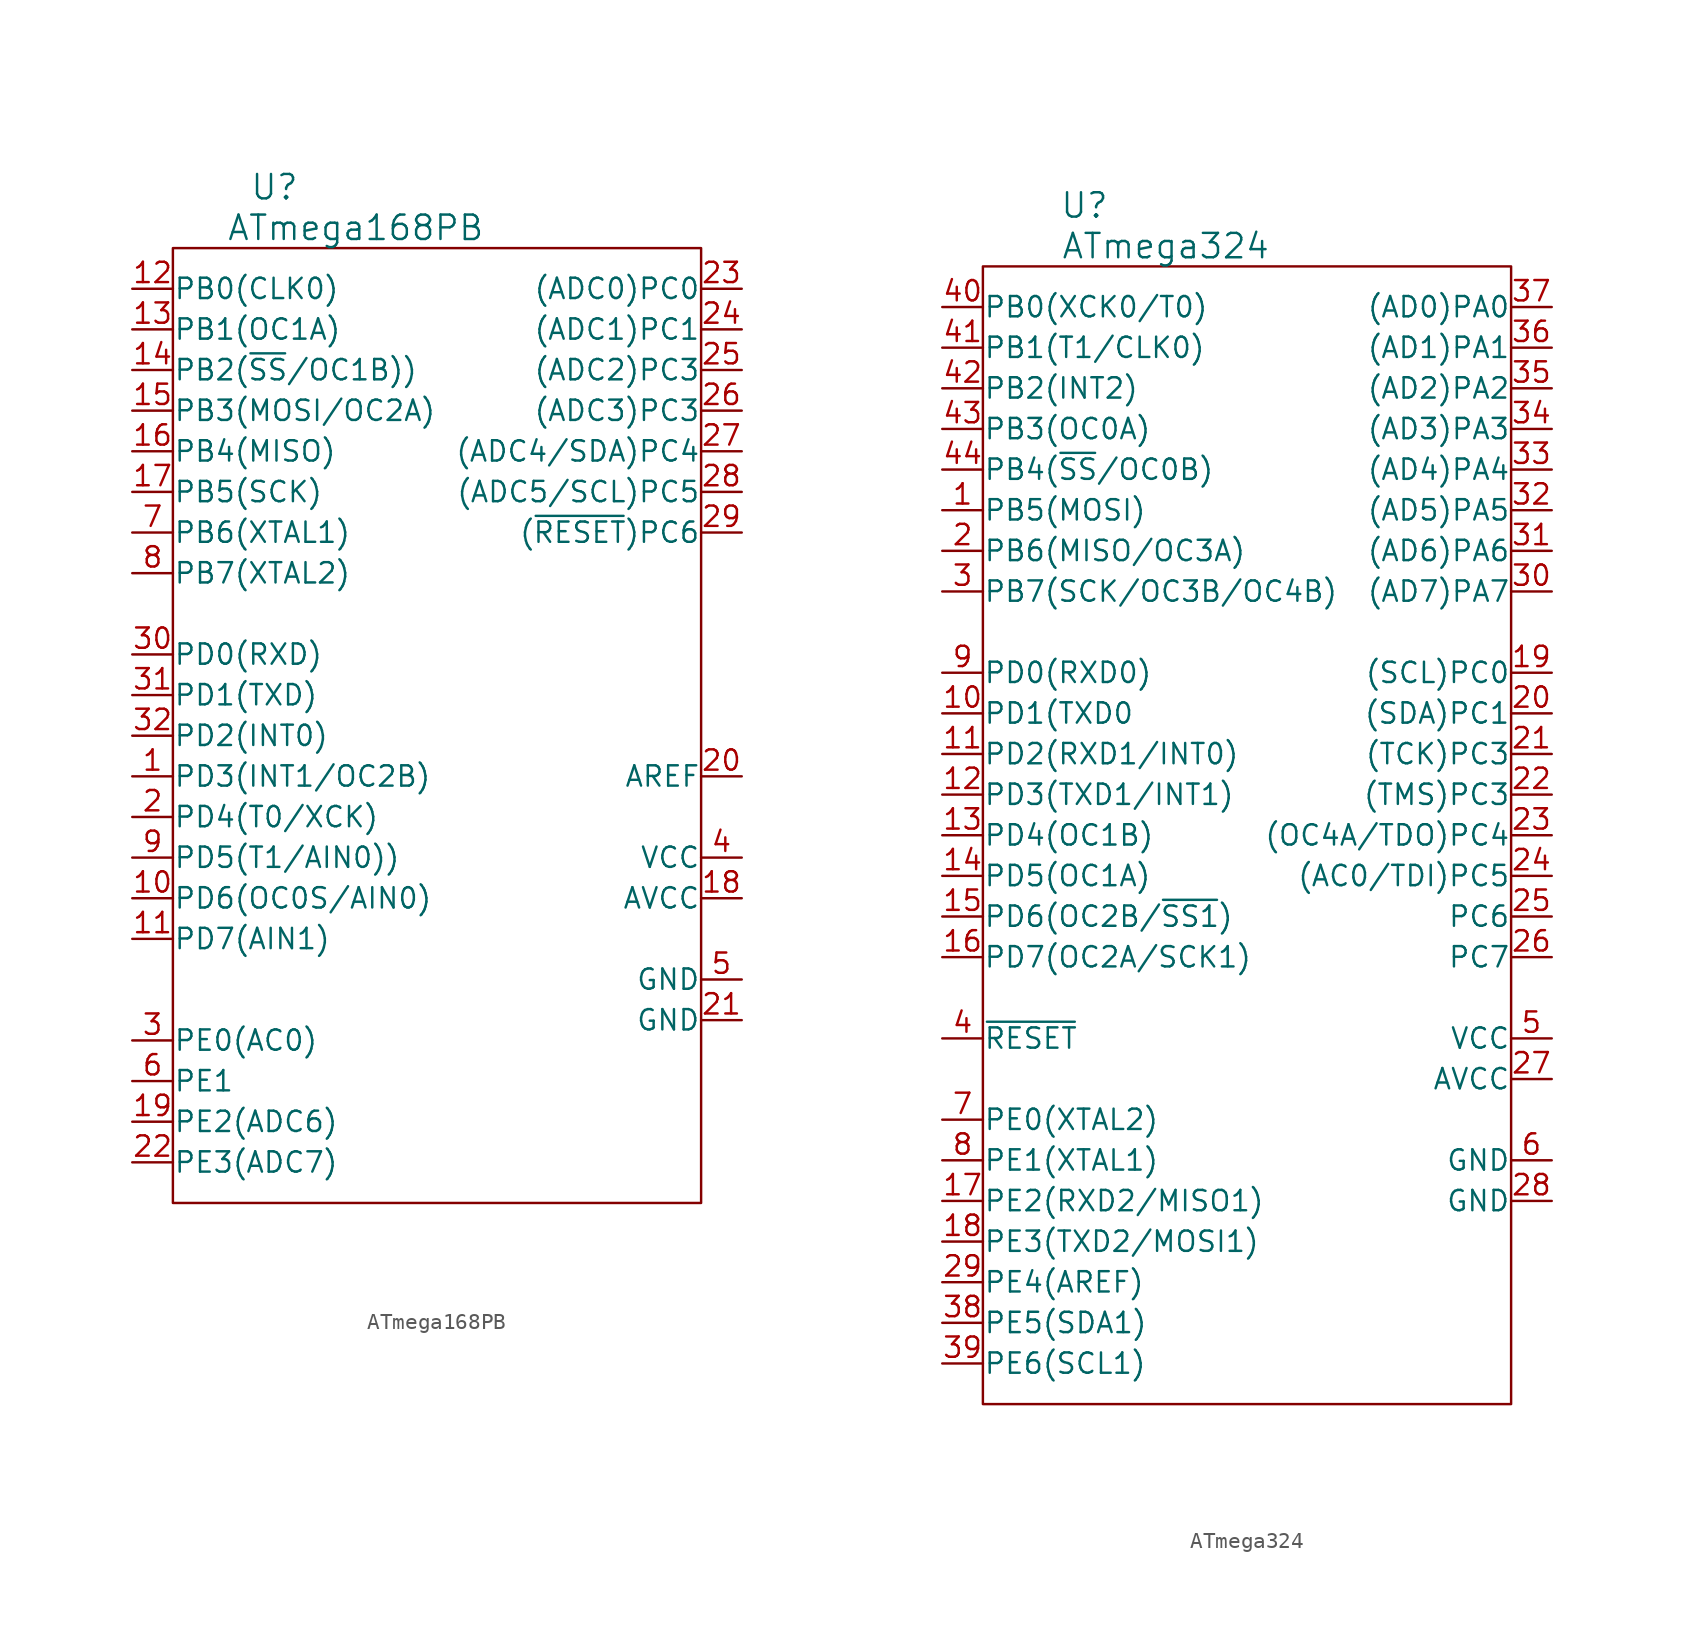
<source format=kicad_sym>
(kicad_symbol_lib
  (version 20211014)
  (generator kicad_symbol_editor)
  (symbol "ATmega168PB"
    (pin_names
      (offset 0.025))
    (property "Reference" "U"
      (at -10.16 34.29 0)
      (effects (font (size 1.524 1.524))))
    (property "Value" "ATmega168PB"
      (at -5.08 31.75 0)
      (effects (font (size 1.524 1.524))))
    (symbol "ATmega168PB_0_1"
      (rectangle (start -16.51 30.48) (end 16.51 -29.21) (stroke (width 0) (type default) (color 0 0 0 0)) (fill (type none))))
    (symbol "ATmega168PB_1_1"
      (pin bidirectional line (at -19.05 -2.54 0) (length 2.54) (name "PD3(INT1/OC2B)" (effects (font (size 1.27 1.27)))) (number "1" (effects (font (size 1.27 1.27)))))
      (pin bidirectional line (at -19.05 -10.16 0) (length 2.54) (name "PD6(OC0S/AIN0)" (effects (font (size 1.27 1.27)))) (number "10" (effects (font (size 1.27 1.27)))))
      (pin bidirectional line (at -19.05 -12.7 0) (length 2.54) (name "PD7(AIN1)" (effects (font (size 1.27 1.27)))) (number "11" (effects (font (size 1.27 1.27)))))
      (pin bidirectional line (at -19.05 27.94 0) (length 2.54) (name "PB0(CLK0)" (effects (font (size 1.27 1.27)))) (number "12" (effects (font (size 1.27 1.27)))))
      (pin bidirectional line (at -19.05 25.4 0) (length 2.54) (name "PB1(OC1A)" (effects (font (size 1.27 1.27)))) (number "13" (effects (font (size 1.27 1.27)))))
      (pin bidirectional line (at -19.05 22.86 0) (length 2.54) (name "PB2(~{SS}/OC1B))" (effects (font (size 1.27 1.27)))) (number "14" (effects (font (size 1.27 1.27)))))
      (pin bidirectional line (at -19.05 20.32 0) (length 2.54) (name "PB3(MOSI/OC2A)" (effects (font (size 1.27 1.27)))) (number "15" (effects (font (size 1.27 1.27)))))
      (pin bidirectional line (at -19.05 17.78 0) (length 2.54) (name "PB4(MISO)" (effects (font (size 1.27 1.27)))) (number "16" (effects (font (size 1.27 1.27)))))
      (pin bidirectional line (at -19.05 15.24 0) (length 2.54) (name "PB5(SCK)" (effects (font (size 1.27 1.27)))) (number "17" (effects (font (size 1.27 1.27)))))
      (pin power_in line (at 19.05 -10.16 180) (length 2.54) (name "AVCC" (effects (font (size 1.27 1.27)))) (number "18" (effects (font (size 1.27 1.27)))))
      (pin bidirectional line (at -19.05 -24.13 0) (length 2.54) (name "PE2(ADC6)" (effects (font (size 1.27 1.27)))) (number "19" (effects (font (size 1.27 1.27)))))
      (pin bidirectional line (at -19.05 -5.08 0) (length 2.54) (name "PD4(T0/XCK)" (effects (font (size 1.27 1.27)))) (number "2" (effects (font (size 1.27 1.27)))))
      (pin input line (at 19.05 -2.54 180) (length 2.54) (name "AREF" (effects (font (size 1.27 1.27)))) (number "20" (effects (font (size 1.27 1.27)))))
      (pin power_in line (at 19.05 -17.78 180) (length 2.54) (name "GND" (effects (font (size 1.27 1.27)))) (number "21" (effects (font (size 1.27 1.27)))))
      (pin bidirectional line (at -19.05 -26.67 0) (length 2.54) (name "PE3(ADC7)" (effects (font (size 1.27 1.27)))) (number "22" (effects (font (size 1.27 1.27)))))
      (pin bidirectional line (at 19.05 27.94 180) (length 2.54) (name "(ADC0)PC0" (effects (font (size 1.27 1.27)))) (number "23" (effects (font (size 1.27 1.27)))))
      (pin bidirectional line (at 19.05 25.4 180) (length 2.54) (name "(ADC1)PC1" (effects (font (size 1.27 1.27)))) (number "24" (effects (font (size 1.27 1.27)))))
      (pin bidirectional line (at 19.05 22.86 180) (length 2.54) (name "(ADC2)PC3" (effects (font (size 1.27 1.27)))) (number "25" (effects (font (size 1.27 1.27)))))
      (pin bidirectional line (at 19.05 20.32 180) (length 2.54) (name "(ADC3)PC3" (effects (font (size 1.27 1.27)))) (number "26" (effects (font (size 1.27 1.27)))))
      (pin bidirectional line (at 19.05 17.78 180) (length 2.54) (name "(ADC4/SDA)PC4" (effects (font (size 1.27 1.27)))) (number "27" (effects (font (size 1.27 1.27)))))
      (pin bidirectional line (at 19.05 15.24 180) (length 2.54) (name "(ADC5/SCL)PC5" (effects (font (size 1.27 1.27)))) (number "28" (effects (font (size 1.27 1.27)))))
      (pin bidirectional line (at 19.05 12.7 180) (length 2.54) (name "(~{RESET})PC6" (effects (font (size 1.27 1.27)))) (number "29" (effects (font (size 1.27 1.27)))))
      (pin bidirectional line (at -19.05 -19.05 0) (length 2.54) (name "PE0(AC0)" (effects (font (size 1.27 1.27)))) (number "3" (effects (font (size 1.27 1.27)))))
      (pin bidirectional line (at -19.05 5.08 0) (length 2.54) (name "PD0(RXD)" (effects (font (size 1.27 1.27)))) (number "30" (effects (font (size 1.27 1.27)))))
      (pin bidirectional line (at -19.05 2.54 0) (length 2.54) (name "PD1(TXD)" (effects (font (size 1.27 1.27)))) (number "31" (effects (font (size 1.27 1.27)))))
      (pin bidirectional line (at -19.05 0 0) (length 2.54) (name "PD2(INT0)" (effects (font (size 1.27 1.27)))) (number "32" (effects (font (size 1.27 1.27)))))
      (pin power_in line (at 19.05 -7.62 180) (length 2.54) (name "VCC" (effects (font (size 1.27 1.27)))) (number "4" (effects (font (size 1.27 1.27)))))
      (pin power_in line (at 19.05 -15.24 180) (length 2.54) (name "GND" (effects (font (size 1.27 1.27)))) (number "5" (effects (font (size 1.27 1.27)))))
      (pin bidirectional line (at -19.05 -21.59 0) (length 2.54) (name "PE1" (effects (font (size 1.27 1.27)))) (number "6" (effects (font (size 1.27 1.27)))))
      (pin bidirectional line (at -19.05 12.7 0) (length 2.54) (name "PB6(XTAL1)" (effects (font (size 1.27 1.27)))) (number "7" (effects (font (size 1.27 1.27)))))
      (pin bidirectional line (at -19.05 10.16 0) (length 2.54) (name "PB7(XTAL2)" (effects (font (size 1.27 1.27)))) (number "8" (effects (font (size 1.27 1.27)))))
      (pin bidirectional line (at -19.05 -7.62 0) (length 2.54) (name "PD5(T1/AIN0))" (effects (font (size 1.27 1.27)))) (number "9" (effects (font (size 1.27 1.27)))))))
  (symbol "ATmega324"
    (pin_names
      (offset 0.025))
    (property "Reference" "U"
      (at -10.16 34.29 0)
      (effects (font (size 1.524 1.524))))
    (property "Value" "ATmega324"
      (at -5.08 31.75 0)
      (effects (font (size 1.524 1.524))))
    (symbol "ATmega324_0_1"
      (rectangle (start -16.51 30.48) (end 16.51 -40.64) (stroke (width 0) (type default) (color 0 0 0 0)) (fill (type none))))
    (symbol "ATmega324_1_1"
      (pin bidirectional line (at -19.05 15.24 0) (length 2.54) (name "PB5(MOSI)" (effects (font (size 1.27 1.27)))) (number "1" (effects (font (size 1.27 1.27)))))
      (pin bidirectional line (at -19.05 2.54 0) (length 2.54) (name "PD1(TXD0" (effects (font (size 1.27 1.27)))) (number "10" (effects (font (size 1.27 1.27)))))
      (pin bidirectional line (at -19.05 0 0) (length 2.54) (name "PD2(RXD1/INT0)" (effects (font (size 1.27 1.27)))) (number "11" (effects (font (size 1.27 1.27)))))
      (pin bidirectional line (at -19.05 -2.54 0) (length 2.54) (name "PD3(TXD1/INT1)" (effects (font (size 1.27 1.27)))) (number "12" (effects (font (size 1.27 1.27)))))
      (pin bidirectional line (at -19.05 -5.08 0) (length 2.54) (name "PD4(OC1B)" (effects (font (size 1.27 1.27)))) (number "13" (effects (font (size 1.27 1.27)))))
      (pin bidirectional line (at -19.05 -7.62 0) (length 2.54) (name "PD5(OC1A)" (effects (font (size 1.27 1.27)))) (number "14" (effects (font (size 1.27 1.27)))))
      (pin bidirectional line (at -19.05 -10.16 0) (length 2.54) (name "PD6(OC2B/~{SS1})" (effects (font (size 1.27 1.27)))) (number "15" (effects (font (size 1.27 1.27)))))
      (pin bidirectional line (at -19.05 -12.7 0) (length 2.54) (name "PD7(OC2A/SCK1)" (effects (font (size 1.27 1.27)))) (number "16" (effects (font (size 1.27 1.27)))))
      (pin bidirectional line (at -19.05 -27.94 0) (length 2.54) (name "PE2(RXD2/MISO1)" (effects (font (size 1.27 1.27)))) (number "17" (effects (font (size 1.27 1.27)))))
      (pin bidirectional line (at -19.05 -30.48 0) (length 2.54) (name "PE3(TXD2/MOSI1)" (effects (font (size 1.27 1.27)))) (number "18" (effects (font (size 1.27 1.27)))))
      (pin bidirectional line (at 19.05 5.08 180) (length 2.54) (name "(SCL)PC0" (effects (font (size 1.27 1.27)))) (number "19" (effects (font (size 1.27 1.27)))))
      (pin bidirectional line (at -19.05 12.7 0) (length 2.54) (name "PB6(MISO/OC3A)" (effects (font (size 1.27 1.27)))) (number "2" (effects (font (size 1.27 1.27)))))
      (pin bidirectional line (at 19.05 2.54 180) (length 2.54) (name "(SDA)PC1" (effects (font (size 1.27 1.27)))) (number "20" (effects (font (size 1.27 1.27)))))
      (pin bidirectional line (at 19.05 0 180) (length 2.54) (name "(TCK)PC3" (effects (font (size 1.27 1.27)))) (number "21" (effects (font (size 1.27 1.27)))))
      (pin bidirectional line (at 19.05 -2.54 180) (length 2.54) (name "(TMS)PC3" (effects (font (size 1.27 1.27)))) (number "22" (effects (font (size 1.27 1.27)))))
      (pin bidirectional line (at 19.05 -5.08 180) (length 2.54) (name "(OC4A/TDO)PC4" (effects (font (size 1.27 1.27)))) (number "23" (effects (font (size 1.27 1.27)))))
      (pin bidirectional line (at 19.05 -7.62 180) (length 2.54) (name "(AC0/TDI)PC5" (effects (font (size 1.27 1.27)))) (number "24" (effects (font (size 1.27 1.27)))))
      (pin bidirectional line (at 19.05 -10.16 180) (length 2.54) (name "PC6" (effects (font (size 1.27 1.27)))) (number "25" (effects (font (size 1.27 1.27)))))
      (pin bidirectional line (at 19.05 -12.7 180) (length 2.54) (name "PC7" (effects (font (size 1.27 1.27)))) (number "26" (effects (font (size 1.27 1.27)))))
      (pin power_in line (at 19.05 -20.32 180) (length 2.54) (name "AVCC" (effects (font (size 1.27 1.27)))) (number "27" (effects (font (size 1.27 1.27)))))
      (pin power_in line (at 19.05 -27.94 180) (length 2.54) (name "GND" (effects (font (size 1.27 1.27)))) (number "28" (effects (font (size 1.27 1.27)))))
      (pin bidirectional line (at -19.05 -33.02 0) (length 2.54) (name "PE4(AREF)" (effects (font (size 1.27 1.27)))) (number "29" (effects (font (size 1.27 1.27)))))
      (pin bidirectional line (at -19.05 10.16 0) (length 2.54) (name "PB7(SCK/OC3B/OC4B)" (effects (font (size 1.27 1.27)))) (number "3" (effects (font (size 1.27 1.27)))))
      (pin bidirectional line (at 19.05 10.16 180) (length 2.54) (name "(AD7)PA7" (effects (font (size 1.27 1.27)))) (number "30" (effects (font (size 1.27 1.27)))))
      (pin bidirectional line (at 19.05 12.7 180) (length 2.54) (name "(AD6)PA6" (effects (font (size 1.27 1.27)))) (number "31" (effects (font (size 1.27 1.27)))))
      (pin bidirectional line (at 19.05 15.24 180) (length 2.54) (name "(AD5)PA5" (effects (font (size 1.27 1.27)))) (number "32" (effects (font (size 1.27 1.27)))))
      (pin bidirectional line (at 19.05 17.78 180) (length 2.54) (name "(AD4)PA4" (effects (font (size 1.27 1.27)))) (number "33" (effects (font (size 1.27 1.27)))))
      (pin bidirectional line (at 19.05 20.32 180) (length 2.54) (name "(AD3)PA3" (effects (font (size 1.27 1.27)))) (number "34" (effects (font (size 1.27 1.27)))))
      (pin bidirectional line (at 19.05 22.86 180) (length 2.54) (name "(AD2)PA2" (effects (font (size 1.27 1.27)))) (number "35" (effects (font (size 1.27 1.27)))))
      (pin bidirectional line (at 19.05 25.4 180) (length 2.54) (name "(AD1)PA1" (effects (font (size 1.27 1.27)))) (number "36" (effects (font (size 1.27 1.27)))))
      (pin bidirectional line (at 19.05 27.94 180) (length 2.54) (name "(AD0)PA0" (effects (font (size 1.27 1.27)))) (number "37" (effects (font (size 1.27 1.27)))))
      (pin bidirectional line (at -19.05 -35.56 0) (length 2.54) (name "PE5(SDA1)" (effects (font (size 1.27 1.27)))) (number "38" (effects (font (size 1.27 1.27)))))
      (pin bidirectional line (at -19.05 -38.1 0) (length 2.54) (name "PE6(SCL1)" (effects (font (size 1.27 1.27)))) (number "39" (effects (font (size 1.27 1.27)))))
      (pin input line (at -19.05 -17.78 0) (length 2.54) (name "~{RESET}" (effects (font (size 1.27 1.27)))) (number "4" (effects (font (size 1.27 1.27)))))
      (pin bidirectional line (at -19.05 27.94 0) (length 2.54) (name "PB0(XCK0/T0)" (effects (font (size 1.27 1.27)))) (number "40" (effects (font (size 1.27 1.27)))))
      (pin bidirectional line (at -19.05 25.4 0) (length 2.54) (name "PB1(T1/CLK0)" (effects (font (size 1.27 1.27)))) (number "41" (effects (font (size 1.27 1.27)))))
      (pin bidirectional line (at -19.05 22.86 0) (length 2.54) (name "PB2(INT2)" (effects (font (size 1.27 1.27)))) (number "42" (effects (font (size 1.27 1.27)))))
      (pin bidirectional line (at -19.05 20.32 0) (length 2.54) (name "PB3(OC0A)" (effects (font (size 1.27 1.27)))) (number "43" (effects (font (size 1.27 1.27)))))
      (pin bidirectional line (at -19.05 17.78 0) (length 2.54) (name "PB4(~{SS}/OC0B)" (effects (font (size 1.27 1.27)))) (number "44" (effects (font (size 1.27 1.27)))))
      (pin power_in line (at 19.05 -17.78 180) (length 2.54) (name "VCC" (effects (font (size 1.27 1.27)))) (number "5" (effects (font (size 1.27 1.27)))))
      (pin power_in line (at 19.05 -25.4 180) (length 2.54) (name "GND" (effects (font (size 1.27 1.27)))) (number "6" (effects (font (size 1.27 1.27)))))
      (pin bidirectional line (at -19.05 -22.86 0) (length 2.54) (name "PE0(XTAL2)" (effects (font (size 1.27 1.27)))) (number "7" (effects (font (size 1.27 1.27)))))
      (pin bidirectional line (at -19.05 -25.4 0) (length 2.54) (name "PE1(XTAL1)" (effects (font (size 1.27 1.27)))) (number "8" (effects (font (size 1.27 1.27)))))
      (pin bidirectional line (at -19.05 5.08 0) (length 2.54) (name "PD0(RXD0)" (effects (font (size 1.27 1.27)))) (number "9" (effects (font (size 1.27 1.27))))))))
</source>
